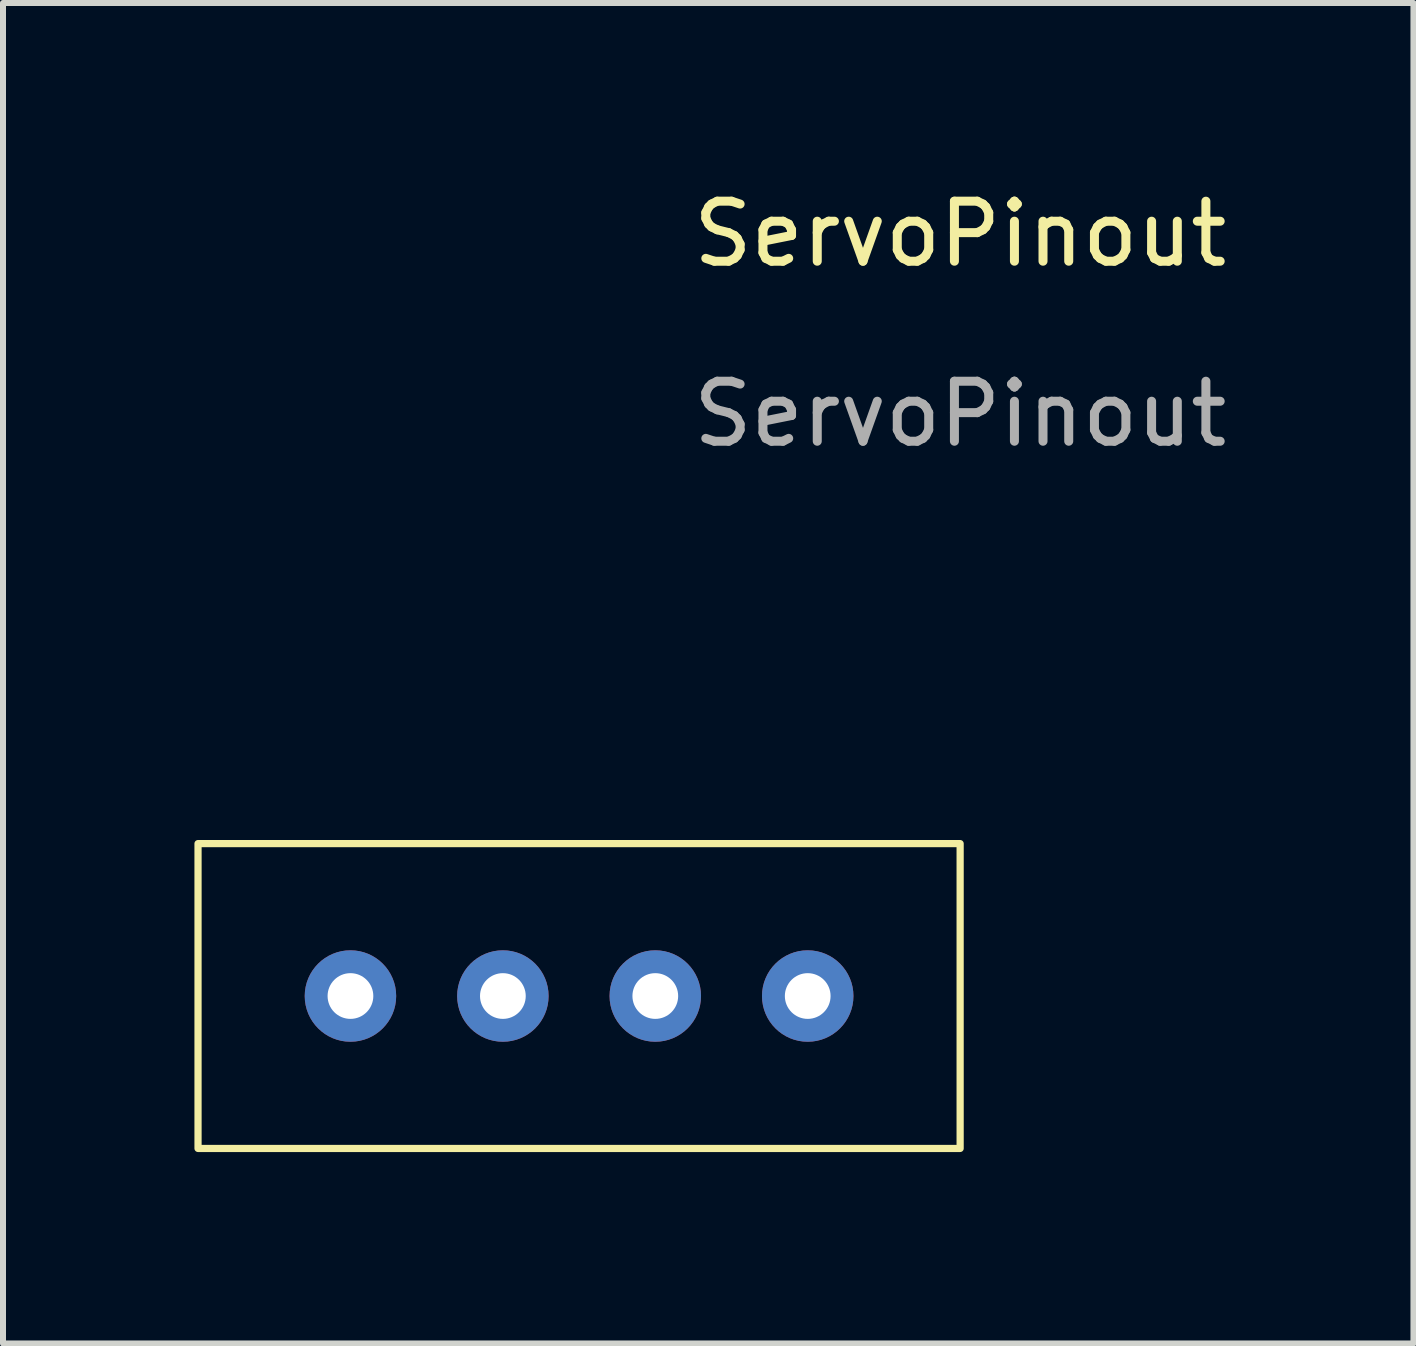
<source format=kicad_pcb>
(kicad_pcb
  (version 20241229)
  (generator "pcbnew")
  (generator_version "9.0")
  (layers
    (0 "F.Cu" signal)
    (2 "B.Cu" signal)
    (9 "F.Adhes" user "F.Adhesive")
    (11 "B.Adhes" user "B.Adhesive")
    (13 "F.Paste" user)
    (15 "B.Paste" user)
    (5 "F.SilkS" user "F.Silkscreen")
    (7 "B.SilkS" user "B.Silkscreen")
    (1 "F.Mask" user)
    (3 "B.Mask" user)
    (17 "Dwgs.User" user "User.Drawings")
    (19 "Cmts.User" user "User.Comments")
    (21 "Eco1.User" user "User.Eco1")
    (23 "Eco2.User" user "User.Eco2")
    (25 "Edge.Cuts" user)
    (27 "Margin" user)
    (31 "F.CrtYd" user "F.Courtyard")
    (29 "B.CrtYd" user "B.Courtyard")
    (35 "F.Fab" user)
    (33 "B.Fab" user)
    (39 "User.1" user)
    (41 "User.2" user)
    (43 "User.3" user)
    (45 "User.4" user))
  (footprint "ServoPinout"
    (layer "F.Cu")
    (at 0.25 16.088)
    (property "Reference" "ServoPinout" (at 12.7 -15.24 0) (unlocked yes) (layer "F.SilkS") (effects (font (size 1 1) (thickness 0.15))))
    (attr through_hole)
    (fp_rect (start 0 0) (end 12.7 -5.08) (stroke (width 0.12) (type solid)) (fill no) (layer "F.SilkS"))
    (fp_text user "${REFERENCE}" (at 12.7 -12.24 0) (unlocked yes) (layer "F.Fab") (effects (font (size 1 1) (thickness 0.15))))
    (pad "1" thru_hole circle (at 2.54 -2.54) (size 1.524 1.524) (drill 0.762) (layers "*.Cu" "*.Mask"))
    (pad "2" thru_hole circle (at 5.08 -2.54) (size 1.524 1.524) (drill 0.762) (layers "*.Cu" "*.Mask"))
    (pad "3" thru_hole circle (at 7.62 -2.54) (size 1.524 1.524) (drill 0.762) (layers "*.Cu" "*.Mask"))
    (pad "4" thru_hole circle (at 10.16 -2.54) (size 1.524 1.524) (drill 0.762) (layers "*.Cu" "*.Mask")))
  (gr_rect
    (start -3 -3)
    (end 20.504 19.338)
    (stroke (width 0.1) (type default))
    (fill no)
    (layer "Edge.Cuts")))
</source>
